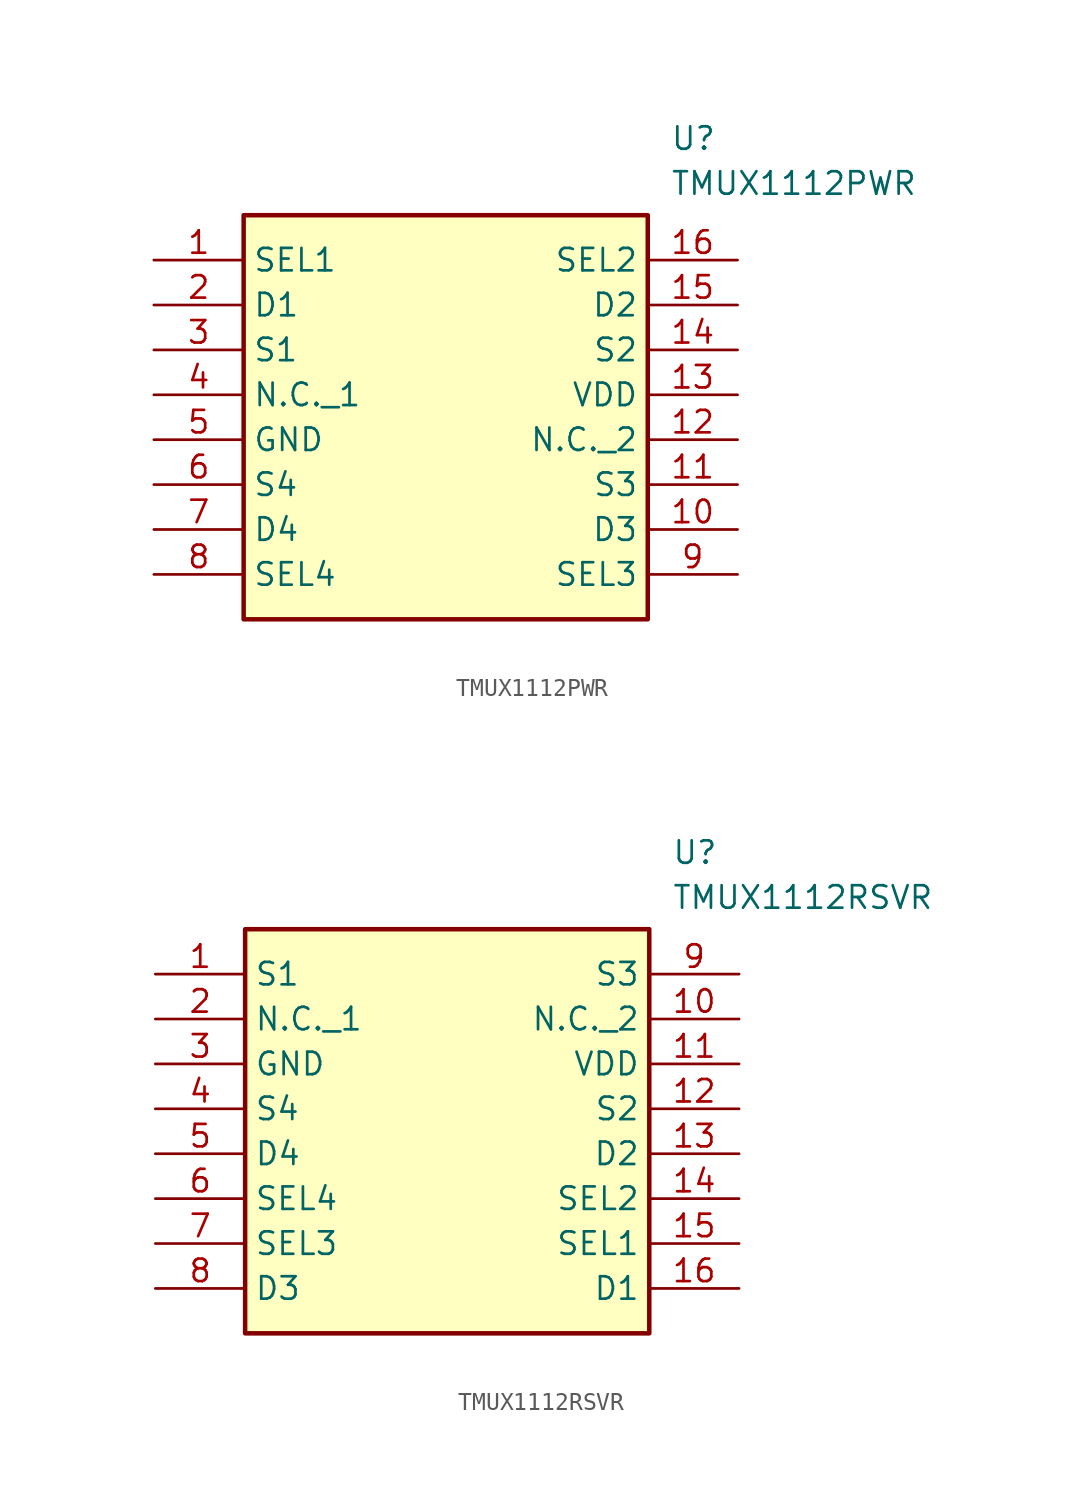
<source format=kicad_sym>
(kicad_symbol_lib
  (version 20231120)
  (generator "kicad_symbol_editor")
  (generator_version "8.0")
  (symbol "TMUX1112PWR"
    (property "Reference" "U"
      (at 29.21 7.62 0)
      (effects (font (size 1.27 1.27)) (justify left top)))
    (property "Value" "TMUX1112PWR"
      (at 29.21 5.08 0)
      (effects (font (size 1.27 1.27)) (justify left top)))
    (symbol "TMUX1112PWR_1_1"
      (rectangle (start 5.08 2.54) (end 27.94 -20.32) (stroke (width 0.254) (type default)) (fill (type background)))
      (pin passive line (at 0 0 0) (length 5.08) (name "SEL1" (effects (font (size 1.27 1.27)))) (number "1" (effects (font (size 1.27 1.27)))))
      (pin passive line (at 33.02 -15.24 180) (length 5.08) (name "D3" (effects (font (size 1.27 1.27)))) (number "10" (effects (font (size 1.27 1.27)))))
      (pin passive line (at 33.02 -12.7 180) (length 5.08) (name "S3" (effects (font (size 1.27 1.27)))) (number "11" (effects (font (size 1.27 1.27)))))
      (pin passive line (at 33.02 -10.16 180) (length 5.08) (name "N.C._2" (effects (font (size 1.27 1.27)))) (number "12" (effects (font (size 1.27 1.27)))))
      (pin passive line (at 33.02 -7.62 180) (length 5.08) (name "VDD" (effects (font (size 1.27 1.27)))) (number "13" (effects (font (size 1.27 1.27)))))
      (pin passive line (at 33.02 -5.08 180) (length 5.08) (name "S2" (effects (font (size 1.27 1.27)))) (number "14" (effects (font (size 1.27 1.27)))))
      (pin passive line (at 33.02 -2.54 180) (length 5.08) (name "D2" (effects (font (size 1.27 1.27)))) (number "15" (effects (font (size 1.27 1.27)))))
      (pin passive line (at 33.02 0 180) (length 5.08) (name "SEL2" (effects (font (size 1.27 1.27)))) (number "16" (effects (font (size 1.27 1.27)))))
      (pin passive line (at 0 -2.54 0) (length 5.08) (name "D1" (effects (font (size 1.27 1.27)))) (number "2" (effects (font (size 1.27 1.27)))))
      (pin passive line (at 0 -5.08 0) (length 5.08) (name "S1" (effects (font (size 1.27 1.27)))) (number "3" (effects (font (size 1.27 1.27)))))
      (pin passive line (at 0 -7.62 0) (length 5.08) (name "N.C._1" (effects (font (size 1.27 1.27)))) (number "4" (effects (font (size 1.27 1.27)))))
      (pin passive line (at 0 -10.16 0) (length 5.08) (name "GND" (effects (font (size 1.27 1.27)))) (number "5" (effects (font (size 1.27 1.27)))))
      (pin passive line (at 0 -12.7 0) (length 5.08) (name "S4" (effects (font (size 1.27 1.27)))) (number "6" (effects (font (size 1.27 1.27)))))
      (pin passive line (at 0 -15.24 0) (length 5.08) (name "D4" (effects (font (size 1.27 1.27)))) (number "7" (effects (font (size 1.27 1.27)))))
      (pin passive line (at 0 -17.78 0) (length 5.08) (name "SEL4" (effects (font (size 1.27 1.27)))) (number "8" (effects (font (size 1.27 1.27)))))
      (pin passive line (at 33.02 -17.78 180) (length 5.08) (name "SEL3" (effects (font (size 1.27 1.27)))) (number "9" (effects (font (size 1.27 1.27)))))))
  (symbol "TMUX1112RSVR"
    (property "Reference" "U"
      (at 29.21 7.62 0)
      (effects (font (size 1.27 1.27)) (justify left top)))
    (property "Value" "TMUX1112RSVR"
      (at 29.21 5.08 0)
      (effects (font (size 1.27 1.27)) (justify left top)))
    (symbol "TMUX1112RSVR_1_1"
      (rectangle (start 5.08 2.54) (end 27.94 -20.32) (stroke (width 0.254) (type default)) (fill (type background)))
      (pin passive line (at 0 0 0) (length 5.08) (name "S1" (effects (font (size 1.27 1.27)))) (number "1" (effects (font (size 1.27 1.27)))))
      (pin passive line (at 33.02 -2.54 180) (length 5.08) (name "N.C._2" (effects (font (size 1.27 1.27)))) (number "10" (effects (font (size 1.27 1.27)))))
      (pin passive line (at 33.02 -5.08 180) (length 5.08) (name "VDD" (effects (font (size 1.27 1.27)))) (number "11" (effects (font (size 1.27 1.27)))))
      (pin passive line (at 33.02 -7.62 180) (length 5.08) (name "S2" (effects (font (size 1.27 1.27)))) (number "12" (effects (font (size 1.27 1.27)))))
      (pin passive line (at 33.02 -10.16 180) (length 5.08) (name "D2" (effects (font (size 1.27 1.27)))) (number "13" (effects (font (size 1.27 1.27)))))
      (pin passive line (at 33.02 -12.7 180) (length 5.08) (name "SEL2" (effects (font (size 1.27 1.27)))) (number "14" (effects (font (size 1.27 1.27)))))
      (pin passive line (at 33.02 -15.24 180) (length 5.08) (name "SEL1" (effects (font (size 1.27 1.27)))) (number "15" (effects (font (size 1.27 1.27)))))
      (pin passive line (at 33.02 -17.78 180) (length 5.08) (name "D1" (effects (font (size 1.27 1.27)))) (number "16" (effects (font (size 1.27 1.27)))))
      (pin passive line (at 0 -2.54 0) (length 5.08) (name "N.C._1" (effects (font (size 1.27 1.27)))) (number "2" (effects (font (size 1.27 1.27)))))
      (pin passive line (at 0 -5.08 0) (length 5.08) (name "GND" (effects (font (size 1.27 1.27)))) (number "3" (effects (font (size 1.27 1.27)))))
      (pin passive line (at 0 -7.62 0) (length 5.08) (name "S4" (effects (font (size 1.27 1.27)))) (number "4" (effects (font (size 1.27 1.27)))))
      (pin passive line (at 0 -10.16 0) (length 5.08) (name "D4" (effects (font (size 1.27 1.27)))) (number "5" (effects (font (size 1.27 1.27)))))
      (pin passive line (at 0 -12.7 0) (length 5.08) (name "SEL4" (effects (font (size 1.27 1.27)))) (number "6" (effects (font (size 1.27 1.27)))))
      (pin passive line (at 0 -15.24 0) (length 5.08) (name "SEL3" (effects (font (size 1.27 1.27)))) (number "7" (effects (font (size 1.27 1.27)))))
      (pin passive line (at 0 -17.78 0) (length 5.08) (name "D3" (effects (font (size 1.27 1.27)))) (number "8" (effects (font (size 1.27 1.27)))))
      (pin passive line (at 33.02 0 180) (length 5.08) (name "S3" (effects (font (size 1.27 1.27)))) (number "9" (effects (font (size 1.27 1.27))))))))
</source>
